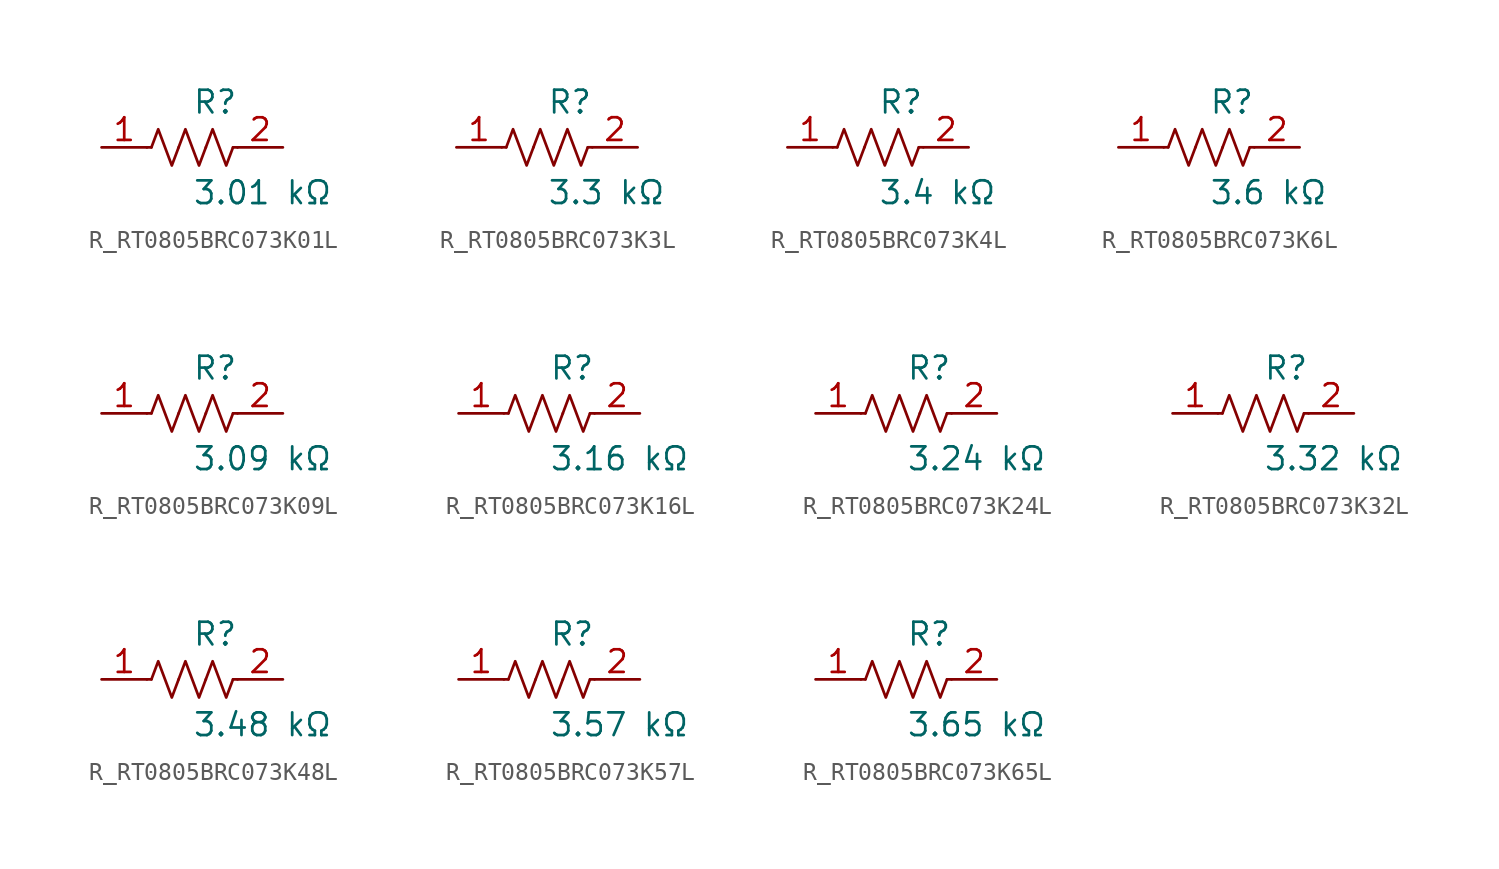
<source format=kicad_sym>
(kicad_symbol_lib
  (version 20231120)
  (generator kicad_symbol_editor)
  (generator_version 8.0)
  (symbol "R_RT0805BRC073K01L"
    (pin_names
      (offset 0.254))
    (property "Reference" "R"
      (at 0 2.54 0)
      (effects (font (size 1.27 1.27)) (justify left)))
    (property "Value" "3.01 kΩ"
      (at 0 -2.54 0)
      (effects (font (size 1.27 1.27)) (justify left)))
    (symbol "R_RT0805BRC073K01L_0_1"
      (polyline (pts (xy 2.286 0) (xy 2.54 0)) (stroke (width 0) (type default)) (fill (type none)))
      (polyline (pts (xy -2.286 0) (xy -2.54 0)) (stroke (width 0) (type default)) (fill (type none)))
      (polyline (pts (xy 0.762 0) (xy 1.143 1.016) (xy 1.524 0) (xy 1.905 -1.016) (xy 2.286 0)) (stroke (width 0) (type default)) (fill (type none)))
      (polyline (pts (xy -0.762 0) (xy -0.381 1.016) (xy 0 0) (xy 0.381 -1.016) (xy 0.762 0)) (stroke (width 0) (type default)) (fill (type none)))
      (polyline (pts (xy -2.286 0) (xy -1.905 1.016) (xy -1.524 0) (xy -1.143 -1.016) (xy -0.762 0)) (stroke (width 0) (type default)) (fill (type none))))
    (pin unspecified line
      (at -5.08 0 0)
      (length 2.54)
      (name "" (effects (font (size 1.27 1.27))))
      (number "1" (effects (font (size 1.27 1.27)))))
    (pin unspecified line
      (at 5.08 0 180)
      (length 2.54)
      (name "" (effects (font (size 1.27 1.27))))
      (number "2" (effects (font (size 1.27 1.27))))))
  (symbol "R_RT0805BRC073K3L"
    (pin_names
      (offset 0.254))
    (property "Reference" "R"
      (at 0 2.54 0)
      (effects (font (size 1.27 1.27)) (justify left)))
    (property "Value" "3.3 kΩ"
      (at 0 -2.54 0)
      (effects (font (size 1.27 1.27)) (justify left)))
    (symbol "R_RT0805BRC073K3L_0_1"
      (polyline (pts (xy 2.286 0) (xy 2.54 0)) (stroke (width 0) (type default)) (fill (type none)))
      (polyline (pts (xy -2.286 0) (xy -2.54 0)) (stroke (width 0) (type default)) (fill (type none)))
      (polyline (pts (xy 0.762 0) (xy 1.143 1.016) (xy 1.524 0) (xy 1.905 -1.016) (xy 2.286 0)) (stroke (width 0) (type default)) (fill (type none)))
      (polyline (pts (xy -0.762 0) (xy -0.381 1.016) (xy 0 0) (xy 0.381 -1.016) (xy 0.762 0)) (stroke (width 0) (type default)) (fill (type none)))
      (polyline (pts (xy -2.286 0) (xy -1.905 1.016) (xy -1.524 0) (xy -1.143 -1.016) (xy -0.762 0)) (stroke (width 0) (type default)) (fill (type none))))
    (pin unspecified line
      (at -5.08 0 0)
      (length 2.54)
      (name "" (effects (font (size 1.27 1.27))))
      (number "1" (effects (font (size 1.27 1.27)))))
    (pin unspecified line
      (at 5.08 0 180)
      (length 2.54)
      (name "" (effects (font (size 1.27 1.27))))
      (number "2" (effects (font (size 1.27 1.27))))))
  (symbol "R_RT0805BRC073K4L"
    (pin_names
      (offset 0.254))
    (property "Reference" "R"
      (at 0 2.54 0)
      (effects (font (size 1.27 1.27)) (justify left)))
    (property "Value" "3.4 kΩ"
      (at 0 -2.54 0)
      (effects (font (size 1.27 1.27)) (justify left)))
    (symbol "R_RT0805BRC073K4L_0_1"
      (polyline (pts (xy 2.286 0) (xy 2.54 0)) (stroke (width 0) (type default)) (fill (type none)))
      (polyline (pts (xy -2.286 0) (xy -2.54 0)) (stroke (width 0) (type default)) (fill (type none)))
      (polyline (pts (xy 0.762 0) (xy 1.143 1.016) (xy 1.524 0) (xy 1.905 -1.016) (xy 2.286 0)) (stroke (width 0) (type default)) (fill (type none)))
      (polyline (pts (xy -0.762 0) (xy -0.381 1.016) (xy 0 0) (xy 0.381 -1.016) (xy 0.762 0)) (stroke (width 0) (type default)) (fill (type none)))
      (polyline (pts (xy -2.286 0) (xy -1.905 1.016) (xy -1.524 0) (xy -1.143 -1.016) (xy -0.762 0)) (stroke (width 0) (type default)) (fill (type none))))
    (pin unspecified line
      (at -5.08 0 0)
      (length 2.54)
      (name "" (effects (font (size 1.27 1.27))))
      (number "1" (effects (font (size 1.27 1.27)))))
    (pin unspecified line
      (at 5.08 0 180)
      (length 2.54)
      (name "" (effects (font (size 1.27 1.27))))
      (number "2" (effects (font (size 1.27 1.27))))))
  (symbol "R_RT0805BRC073K6L"
    (pin_names
      (offset 0.254))
    (property "Reference" "R"
      (at 0 2.54 0)
      (effects (font (size 1.27 1.27)) (justify left)))
    (property "Value" "3.6 kΩ"
      (at 0 -2.54 0)
      (effects (font (size 1.27 1.27)) (justify left)))
    (symbol "R_RT0805BRC073K6L_0_1"
      (polyline (pts (xy 2.286 0) (xy 2.54 0)) (stroke (width 0) (type default)) (fill (type none)))
      (polyline (pts (xy -2.286 0) (xy -2.54 0)) (stroke (width 0) (type default)) (fill (type none)))
      (polyline (pts (xy 0.762 0) (xy 1.143 1.016) (xy 1.524 0) (xy 1.905 -1.016) (xy 2.286 0)) (stroke (width 0) (type default)) (fill (type none)))
      (polyline (pts (xy -0.762 0) (xy -0.381 1.016) (xy 0 0) (xy 0.381 -1.016) (xy 0.762 0)) (stroke (width 0) (type default)) (fill (type none)))
      (polyline (pts (xy -2.286 0) (xy -1.905 1.016) (xy -1.524 0) (xy -1.143 -1.016) (xy -0.762 0)) (stroke (width 0) (type default)) (fill (type none))))
    (pin unspecified line
      (at -5.08 0 0)
      (length 2.54)
      (name "" (effects (font (size 1.27 1.27))))
      (number "1" (effects (font (size 1.27 1.27)))))
    (pin unspecified line
      (at 5.08 0 180)
      (length 2.54)
      (name "" (effects (font (size 1.27 1.27))))
      (number "2" (effects (font (size 1.27 1.27))))))
  (symbol "R_RT0805BRC073K09L"
    (pin_names
      (offset 0.254))
    (property "Reference" "R"
      (at 0 2.54 0)
      (effects (font (size 1.27 1.27)) (justify left)))
    (property "Value" "3.09 kΩ"
      (at 0 -2.54 0)
      (effects (font (size 1.27 1.27)) (justify left)))
    (symbol "R_RT0805BRC073K09L_0_1"
      (polyline (pts (xy 2.286 0) (xy 2.54 0)) (stroke (width 0) (type default)) (fill (type none)))
      (polyline (pts (xy -2.286 0) (xy -2.54 0)) (stroke (width 0) (type default)) (fill (type none)))
      (polyline (pts (xy 0.762 0) (xy 1.143 1.016) (xy 1.524 0) (xy 1.905 -1.016) (xy 2.286 0)) (stroke (width 0) (type default)) (fill (type none)))
      (polyline (pts (xy -0.762 0) (xy -0.381 1.016) (xy 0 0) (xy 0.381 -1.016) (xy 0.762 0)) (stroke (width 0) (type default)) (fill (type none)))
      (polyline (pts (xy -2.286 0) (xy -1.905 1.016) (xy -1.524 0) (xy -1.143 -1.016) (xy -0.762 0)) (stroke (width 0) (type default)) (fill (type none))))
    (pin unspecified line
      (at -5.08 0 0)
      (length 2.54)
      (name "" (effects (font (size 1.27 1.27))))
      (number "1" (effects (font (size 1.27 1.27)))))
    (pin unspecified line
      (at 5.08 0 180)
      (length 2.54)
      (name "" (effects (font (size 1.27 1.27))))
      (number "2" (effects (font (size 1.27 1.27))))))
  (symbol "R_RT0805BRC073K16L"
    (pin_names
      (offset 0.254))
    (property "Reference" "R"
      (at 0 2.54 0)
      (effects (font (size 1.27 1.27)) (justify left)))
    (property "Value" "3.16 kΩ"
      (at 0 -2.54 0)
      (effects (font (size 1.27 1.27)) (justify left)))
    (symbol "R_RT0805BRC073K16L_0_1"
      (polyline (pts (xy 2.286 0) (xy 2.54 0)) (stroke (width 0) (type default)) (fill (type none)))
      (polyline (pts (xy -2.286 0) (xy -2.54 0)) (stroke (width 0) (type default)) (fill (type none)))
      (polyline (pts (xy 0.762 0) (xy 1.143 1.016) (xy 1.524 0) (xy 1.905 -1.016) (xy 2.286 0)) (stroke (width 0) (type default)) (fill (type none)))
      (polyline (pts (xy -0.762 0) (xy -0.381 1.016) (xy 0 0) (xy 0.381 -1.016) (xy 0.762 0)) (stroke (width 0) (type default)) (fill (type none)))
      (polyline (pts (xy -2.286 0) (xy -1.905 1.016) (xy -1.524 0) (xy -1.143 -1.016) (xy -0.762 0)) (stroke (width 0) (type default)) (fill (type none))))
    (pin unspecified line
      (at -5.08 0 0)
      (length 2.54)
      (name "" (effects (font (size 1.27 1.27))))
      (number "1" (effects (font (size 1.27 1.27)))))
    (pin unspecified line
      (at 5.08 0 180)
      (length 2.54)
      (name "" (effects (font (size 1.27 1.27))))
      (number "2" (effects (font (size 1.27 1.27))))))
  (symbol "R_RT0805BRC073K24L"
    (pin_names
      (offset 0.254))
    (property "Reference" "R"
      (at 0 2.54 0)
      (effects (font (size 1.27 1.27)) (justify left)))
    (property "Value" "3.24 kΩ"
      (at 0 -2.54 0)
      (effects (font (size 1.27 1.27)) (justify left)))
    (symbol "R_RT0805BRC073K24L_0_1"
      (polyline (pts (xy 2.286 0) (xy 2.54 0)) (stroke (width 0) (type default)) (fill (type none)))
      (polyline (pts (xy -2.286 0) (xy -2.54 0)) (stroke (width 0) (type default)) (fill (type none)))
      (polyline (pts (xy 0.762 0) (xy 1.143 1.016) (xy 1.524 0) (xy 1.905 -1.016) (xy 2.286 0)) (stroke (width 0) (type default)) (fill (type none)))
      (polyline (pts (xy -0.762 0) (xy -0.381 1.016) (xy 0 0) (xy 0.381 -1.016) (xy 0.762 0)) (stroke (width 0) (type default)) (fill (type none)))
      (polyline (pts (xy -2.286 0) (xy -1.905 1.016) (xy -1.524 0) (xy -1.143 -1.016) (xy -0.762 0)) (stroke (width 0) (type default)) (fill (type none))))
    (pin unspecified line
      (at -5.08 0 0)
      (length 2.54)
      (name "" (effects (font (size 1.27 1.27))))
      (number "1" (effects (font (size 1.27 1.27)))))
    (pin unspecified line
      (at 5.08 0 180)
      (length 2.54)
      (name "" (effects (font (size 1.27 1.27))))
      (number "2" (effects (font (size 1.27 1.27))))))
  (symbol "R_RT0805BRC073K32L"
    (pin_names
      (offset 0.254))
    (property "Reference" "R"
      (at 0 2.54 0)
      (effects (font (size 1.27 1.27)) (justify left)))
    (property "Value" "3.32 kΩ"
      (at 0 -2.54 0)
      (effects (font (size 1.27 1.27)) (justify left)))
    (symbol "R_RT0805BRC073K32L_0_1"
      (polyline (pts (xy 2.286 0) (xy 2.54 0)) (stroke (width 0) (type default)) (fill (type none)))
      (polyline (pts (xy -2.286 0) (xy -2.54 0)) (stroke (width 0) (type default)) (fill (type none)))
      (polyline (pts (xy 0.762 0) (xy 1.143 1.016) (xy 1.524 0) (xy 1.905 -1.016) (xy 2.286 0)) (stroke (width 0) (type default)) (fill (type none)))
      (polyline (pts (xy -0.762 0) (xy -0.381 1.016) (xy 0 0) (xy 0.381 -1.016) (xy 0.762 0)) (stroke (width 0) (type default)) (fill (type none)))
      (polyline (pts (xy -2.286 0) (xy -1.905 1.016) (xy -1.524 0) (xy -1.143 -1.016) (xy -0.762 0)) (stroke (width 0) (type default)) (fill (type none))))
    (pin unspecified line
      (at -5.08 0 0)
      (length 2.54)
      (name "" (effects (font (size 1.27 1.27))))
      (number "1" (effects (font (size 1.27 1.27)))))
    (pin unspecified line
      (at 5.08 0 180)
      (length 2.54)
      (name "" (effects (font (size 1.27 1.27))))
      (number "2" (effects (font (size 1.27 1.27))))))
  (symbol "R_RT0805BRC073K48L"
    (pin_names
      (offset 0.254))
    (property "Reference" "R"
      (at 0 2.54 0)
      (effects (font (size 1.27 1.27)) (justify left)))
    (property "Value" "3.48 kΩ"
      (at 0 -2.54 0)
      (effects (font (size 1.27 1.27)) (justify left)))
    (symbol "R_RT0805BRC073K48L_0_1"
      (polyline (pts (xy 2.286 0) (xy 2.54 0)) (stroke (width 0) (type default)) (fill (type none)))
      (polyline (pts (xy -2.286 0) (xy -2.54 0)) (stroke (width 0) (type default)) (fill (type none)))
      (polyline (pts (xy 0.762 0) (xy 1.143 1.016) (xy 1.524 0) (xy 1.905 -1.016) (xy 2.286 0)) (stroke (width 0) (type default)) (fill (type none)))
      (polyline (pts (xy -0.762 0) (xy -0.381 1.016) (xy 0 0) (xy 0.381 -1.016) (xy 0.762 0)) (stroke (width 0) (type default)) (fill (type none)))
      (polyline (pts (xy -2.286 0) (xy -1.905 1.016) (xy -1.524 0) (xy -1.143 -1.016) (xy -0.762 0)) (stroke (width 0) (type default)) (fill (type none))))
    (pin unspecified line
      (at -5.08 0 0)
      (length 2.54)
      (name "" (effects (font (size 1.27 1.27))))
      (number "1" (effects (font (size 1.27 1.27)))))
    (pin unspecified line
      (at 5.08 0 180)
      (length 2.54)
      (name "" (effects (font (size 1.27 1.27))))
      (number "2" (effects (font (size 1.27 1.27))))))
  (symbol "R_RT0805BRC073K57L"
    (pin_names
      (offset 0.254))
    (property "Reference" "R"
      (at 0 2.54 0)
      (effects (font (size 1.27 1.27)) (justify left)))
    (property "Value" "3.57 kΩ"
      (at 0 -2.54 0)
      (effects (font (size 1.27 1.27)) (justify left)))
    (symbol "R_RT0805BRC073K57L_0_1"
      (polyline (pts (xy 2.286 0) (xy 2.54 0)) (stroke (width 0) (type default)) (fill (type none)))
      (polyline (pts (xy -2.286 0) (xy -2.54 0)) (stroke (width 0) (type default)) (fill (type none)))
      (polyline (pts (xy 0.762 0) (xy 1.143 1.016) (xy 1.524 0) (xy 1.905 -1.016) (xy 2.286 0)) (stroke (width 0) (type default)) (fill (type none)))
      (polyline (pts (xy -0.762 0) (xy -0.381 1.016) (xy 0 0) (xy 0.381 -1.016) (xy 0.762 0)) (stroke (width 0) (type default)) (fill (type none)))
      (polyline (pts (xy -2.286 0) (xy -1.905 1.016) (xy -1.524 0) (xy -1.143 -1.016) (xy -0.762 0)) (stroke (width 0) (type default)) (fill (type none))))
    (pin unspecified line
      (at -5.08 0 0)
      (length 2.54)
      (name "" (effects (font (size 1.27 1.27))))
      (number "1" (effects (font (size 1.27 1.27)))))
    (pin unspecified line
      (at 5.08 0 180)
      (length 2.54)
      (name "" (effects (font (size 1.27 1.27))))
      (number "2" (effects (font (size 1.27 1.27))))))
  (symbol "R_RT0805BRC073K65L"
    (pin_names
      (offset 0.254))
    (property "Reference" "R"
      (at 0 2.54 0)
      (effects (font (size 1.27 1.27)) (justify left)))
    (property "Value" "3.65 kΩ"
      (at 0 -2.54 0)
      (effects (font (size 1.27 1.27)) (justify left)))
    (symbol "R_RT0805BRC073K65L_0_1"
      (polyline (pts (xy 2.286 0) (xy 2.54 0)) (stroke (width 0) (type default)) (fill (type none)))
      (polyline (pts (xy -2.286 0) (xy -2.54 0)) (stroke (width 0) (type default)) (fill (type none)))
      (polyline (pts (xy 0.762 0) (xy 1.143 1.016) (xy 1.524 0) (xy 1.905 -1.016) (xy 2.286 0)) (stroke (width 0) (type default)) (fill (type none)))
      (polyline (pts (xy -0.762 0) (xy -0.381 1.016) (xy 0 0) (xy 0.381 -1.016) (xy 0.762 0)) (stroke (width 0) (type default)) (fill (type none)))
      (polyline (pts (xy -2.286 0) (xy -1.905 1.016) (xy -1.524 0) (xy -1.143 -1.016) (xy -0.762 0)) (stroke (width 0) (type default)) (fill (type none))))
    (pin unspecified line
      (at -5.08 0 0)
      (length 2.54)
      (name "" (effects (font (size 1.27 1.27))))
      (number "1" (effects (font (size 1.27 1.27)))))
    (pin unspecified line
      (at 5.08 0 180)
      (length 2.54)
      (name "" (effects (font (size 1.27 1.27))))
      (number "2" (effects (font (size 1.27 1.27)))))))
</source>
